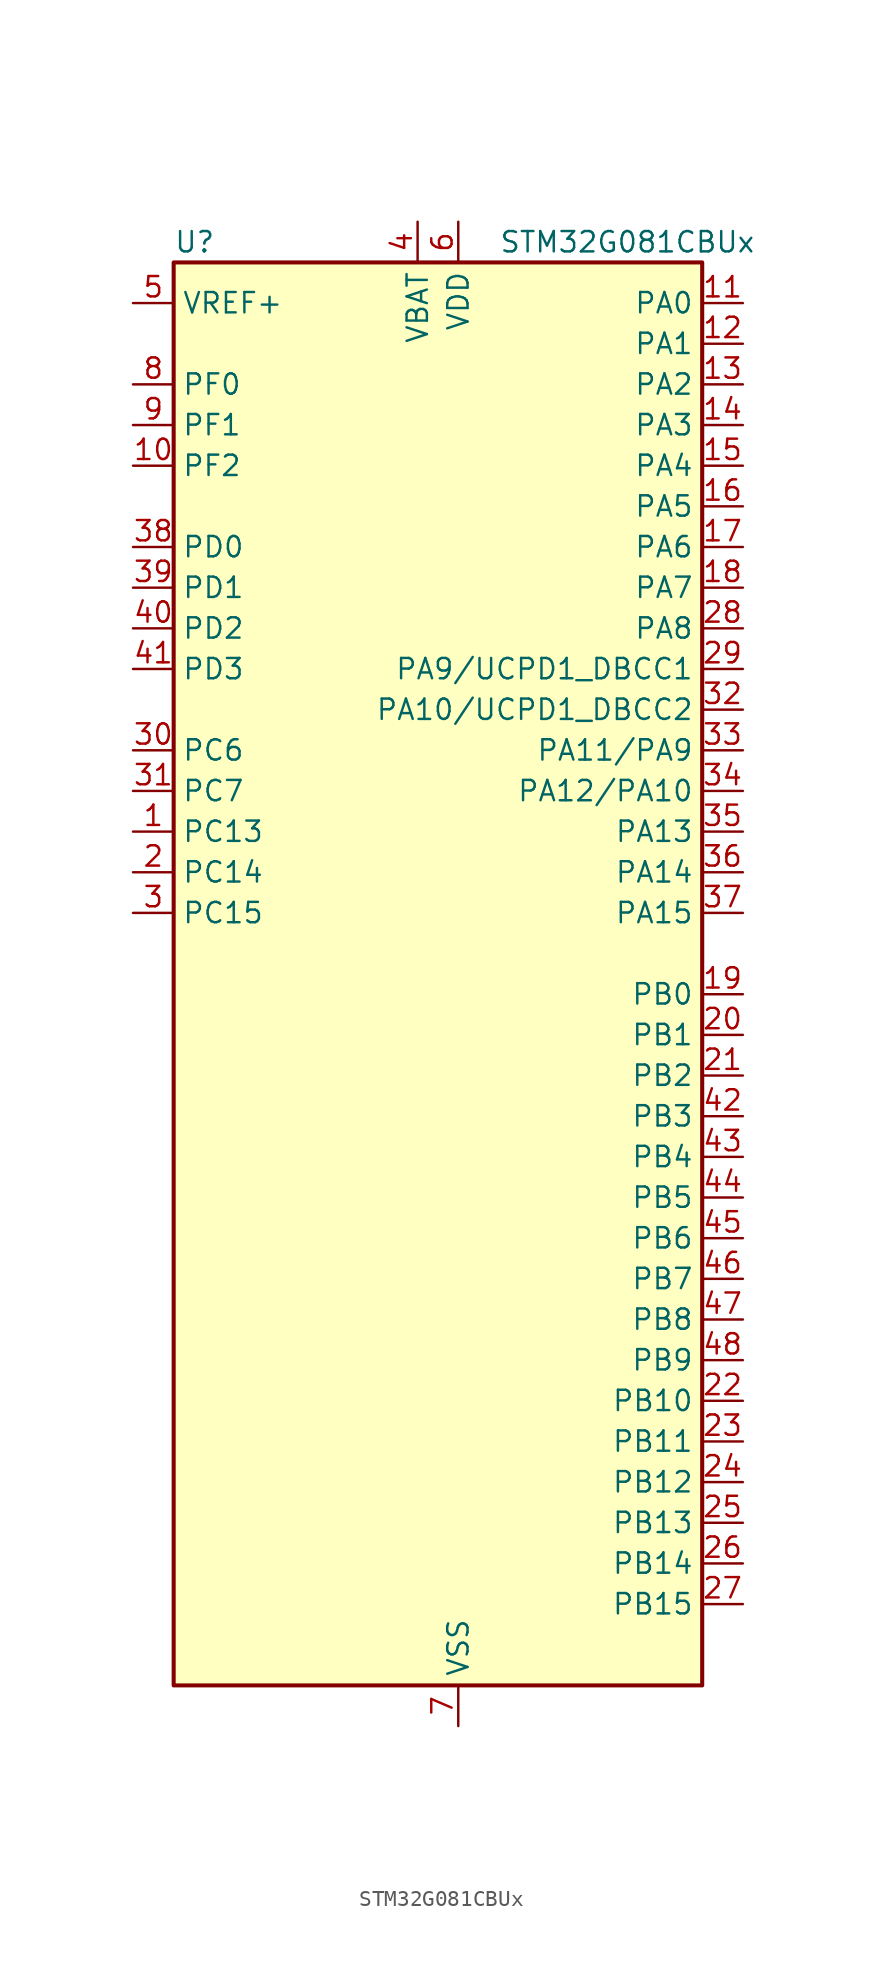
<source format=kicad_sym>
(kicad_symbol_lib
  (version 20231120)
  (generator "kicad_symbol_editor")
  (generator_version "8.0")
  (symbol "STM32G081CBUx"
    (property "Reference" "U"
      (at -15.24 46.99 0)
      (effects (font (size 1.27 1.27)) (justify left)))
    (property "Value" "STM32G081CBUx"
      (at 5.08 46.99 0)
      (effects (font (size 1.27 1.27)) (justify left)))
    (property "ki_locked" ""
      (at 0 0 0)
      (effects (font (size 1.27 1.27))))
    (symbol "STM32G081CBUx_0_1"
      (rectangle (start -15.24 -43.18) (end 17.78 45.72) (stroke (width 0.254) (type default)) (fill (type background))))
    (symbol "STM32G081CBUx_1_1"
      (pin bidirectional line (at -17.78 10.16 0) (length 2.54) (name "PC13" (effects (font (size 1.27 1.27)))) (number "1" (effects (font (size 1.27 1.27)))) (alternate "RTC_OUT_ALARM" bidirectional line) (alternate "RTC_OUT_CALIB" bidirectional line) (alternate "RTC_TAMP_IN1" bidirectional line) (alternate "RTC_TS" bidirectional line) (alternate "SYS_WKUP2" bidirectional line) (alternate "TIM1_BK" bidirectional line))
      (pin bidirectional line (at -17.78 33.02 0) (length 2.54) (name "PF2" (effects (font (size 1.27 1.27)))) (number "10" (effects (font (size 1.27 1.27)))) (alternate "RCC_MCO" bidirectional line))
      (pin bidirectional line (at 20.32 43.18 180) (length 2.54) (name "PA0" (effects (font (size 1.27 1.27)))) (number "11" (effects (font (size 1.27 1.27)))) (alternate "ADC1_IN0" bidirectional line) (alternate "COMP1_INM" bidirectional line) (alternate "COMP1_OUT" bidirectional line) (alternate "LPTIM1_OUT" bidirectional line) (alternate "RTC_TAMP_IN2" bidirectional line) (alternate "SPI2_SCK" bidirectional line) (alternate "SYS_WKUP1" bidirectional line) (alternate "TIM2_CH1" bidirectional line) (alternate "TIM2_ETR" bidirectional line) (alternate "UCPD2_FRSTX1" bidirectional line) (alternate "UCPD2_FRSTX2" bidirectional line) (alternate "USART2_CTS" bidirectional line) (alternate "USART2_NSS" bidirectional line) (alternate "USART4_TX" bidirectional line))
      (pin bidirectional line (at 20.32 40.64 180) (length 2.54) (name "PA1" (effects (font (size 1.27 1.27)))) (number "12" (effects (font (size 1.27 1.27)))) (alternate "ADC1_IN1" bidirectional line) (alternate "COMP1_INP" bidirectional line) (alternate "I2C1_SMBA" bidirectional line) (alternate "I2S1_CK" bidirectional line) (alternate "SPI1_SCK" bidirectional line) (alternate "TIM15_CH1N" bidirectional line) (alternate "TIM2_CH2" bidirectional line) (alternate "USART2_CK" bidirectional line) (alternate "USART2_DE" bidirectional line) (alternate "USART2_RTS" bidirectional line) (alternate "USART4_RX" bidirectional line))
      (pin bidirectional line (at 20.32 38.1 180) (length 2.54) (name "PA2" (effects (font (size 1.27 1.27)))) (number "13" (effects (font (size 1.27 1.27)))) (alternate "ADC1_IN2" bidirectional line) (alternate "COMP2_INM" bidirectional line) (alternate "COMP2_OUT" bidirectional line) (alternate "I2S1_SD" bidirectional line) (alternate "LPUART1_TX" bidirectional line) (alternate "RCC_LSCO" bidirectional line) (alternate "SPI1_MOSI" bidirectional line) (alternate "SYS_WKUP4" bidirectional line) (alternate "TIM15_CH1" bidirectional line) (alternate "TIM2_CH3" bidirectional line) (alternate "UCPD1_FRSTX1" bidirectional line) (alternate "UCPD1_FRSTX2" bidirectional line) (alternate "USART2_TX" bidirectional line))
      (pin bidirectional line (at 20.32 35.56 180) (length 2.54) (name "PA3" (effects (font (size 1.27 1.27)))) (number "14" (effects (font (size 1.27 1.27)))) (alternate "ADC1_IN3" bidirectional line) (alternate "COMP2_INP" bidirectional line) (alternate "LPUART1_RX" bidirectional line) (alternate "SPI2_MISO" bidirectional line) (alternate "TIM15_CH2" bidirectional line) (alternate "TIM2_CH4" bidirectional line) (alternate "UCPD2_FRSTX1" bidirectional line) (alternate "UCPD2_FRSTX2" bidirectional line) (alternate "USART2_RX" bidirectional line))
      (pin bidirectional line (at 20.32 33.02 180) (length 2.54) (name "PA4" (effects (font (size 1.27 1.27)))) (number "15" (effects (font (size 1.27 1.27)))) (alternate "ADC1_IN4" bidirectional line) (alternate "DAC1_OUT1" bidirectional line) (alternate "I2S1_WS" bidirectional line) (alternate "LPTIM2_OUT" bidirectional line) (alternate "RTC_OUT_ALARM" bidirectional line) (alternate "RTC_OUT_CALIB" bidirectional line) (alternate "SPI1_NSS" bidirectional line) (alternate "SPI2_MOSI" bidirectional line) (alternate "TIM14_CH1" bidirectional line) (alternate "UCPD2_FRSTX1" bidirectional line) (alternate "UCPD2_FRSTX2" bidirectional line))
      (pin bidirectional line (at 20.32 30.48 180) (length 2.54) (name "PA5" (effects (font (size 1.27 1.27)))) (number "16" (effects (font (size 1.27 1.27)))) (alternate "ADC1_IN5" bidirectional line) (alternate "CEC" bidirectional line) (alternate "DAC1_OUT2" bidirectional line) (alternate "I2S1_CK" bidirectional line) (alternate "LPTIM2_ETR" bidirectional line) (alternate "SPI1_SCK" bidirectional line) (alternate "TIM2_CH1" bidirectional line) (alternate "TIM2_ETR" bidirectional line) (alternate "UCPD1_FRSTX1" bidirectional line) (alternate "UCPD1_FRSTX2" bidirectional line) (alternate "USART3_TX" bidirectional line))
      (pin bidirectional line (at 20.32 27.94 180) (length 2.54) (name "PA6" (effects (font (size 1.27 1.27)))) (number "17" (effects (font (size 1.27 1.27)))) (alternate "ADC1_IN6" bidirectional line) (alternate "COMP1_OUT" bidirectional line) (alternate "I2S1_MCK" bidirectional line) (alternate "LPUART1_CTS" bidirectional line) (alternate "SPI1_MISO" bidirectional line) (alternate "TIM16_CH1" bidirectional line) (alternate "TIM1_BK" bidirectional line) (alternate "TIM3_CH1" bidirectional line) (alternate "USART3_CTS" bidirectional line) (alternate "USART3_NSS" bidirectional line))
      (pin bidirectional line (at 20.32 25.4 180) (length 2.54) (name "PA7" (effects (font (size 1.27 1.27)))) (number "18" (effects (font (size 1.27 1.27)))) (alternate "ADC1_IN7" bidirectional line) (alternate "COMP2_OUT" bidirectional line) (alternate "I2S1_SD" bidirectional line) (alternate "SPI1_MOSI" bidirectional line) (alternate "TIM14_CH1" bidirectional line) (alternate "TIM17_CH1" bidirectional line) (alternate "TIM1_CH1N" bidirectional line) (alternate "TIM3_CH2" bidirectional line) (alternate "UCPD1_FRSTX1" bidirectional line) (alternate "UCPD1_FRSTX2" bidirectional line))
      (pin bidirectional line (at 20.32 0 180) (length 2.54) (name "PB0" (effects (font (size 1.27 1.27)))) (number "19" (effects (font (size 1.27 1.27)))) (alternate "ADC1_IN8" bidirectional line) (alternate "COMP1_OUT" bidirectional line) (alternate "I2S1_WS" bidirectional line) (alternate "LPTIM1_OUT" bidirectional line) (alternate "SPI1_NSS" bidirectional line) (alternate "TIM1_CH2N" bidirectional line) (alternate "TIM3_CH3" bidirectional line) (alternate "UCPD1_FRSTX1" bidirectional line) (alternate "UCPD1_FRSTX2" bidirectional line) (alternate "USART3_RX" bidirectional line))
      (pin bidirectional line (at -17.78 7.62 0) (length 2.54) (name "PC14" (effects (font (size 1.27 1.27)))) (number "2" (effects (font (size 1.27 1.27)))) (alternate "RCC_OSC32_IN" bidirectional line) (alternate "TIM1_BK2" bidirectional line))
      (pin bidirectional line (at 20.32 -2.54 180) (length 2.54) (name "PB1" (effects (font (size 1.27 1.27)))) (number "20" (effects (font (size 1.27 1.27)))) (alternate "ADC1_IN9" bidirectional line) (alternate "COMP1_INM" bidirectional line) (alternate "LPTIM2_IN1" bidirectional line) (alternate "LPUART1_DE" bidirectional line) (alternate "LPUART1_RTS" bidirectional line) (alternate "TIM14_CH1" bidirectional line) (alternate "TIM1_CH3N" bidirectional line) (alternate "TIM3_CH4" bidirectional line) (alternate "USART3_CK" bidirectional line) (alternate "USART3_DE" bidirectional line) (alternate "USART3_RTS" bidirectional line))
      (pin bidirectional line (at 20.32 -5.08 180) (length 2.54) (name "PB2" (effects (font (size 1.27 1.27)))) (number "21" (effects (font (size 1.27 1.27)))) (alternate "ADC1_IN10" bidirectional line) (alternate "COMP1_INP" bidirectional line) (alternate "LPTIM1_OUT" bidirectional line) (alternate "SPI2_MISO" bidirectional line) (alternate "USART3_TX" bidirectional line))
      (pin bidirectional line (at 20.32 -25.4 180) (length 2.54) (name "PB10" (effects (font (size 1.27 1.27)))) (number "22" (effects (font (size 1.27 1.27)))) (alternate "ADC1_IN11" bidirectional line) (alternate "CEC" bidirectional line) (alternate "COMP1_OUT" bidirectional line) (alternate "I2C2_SCL" bidirectional line) (alternate "LPUART1_RX" bidirectional line) (alternate "SPI2_SCK" bidirectional line) (alternate "TIM2_CH3" bidirectional line) (alternate "USART3_TX" bidirectional line))
      (pin bidirectional line (at 20.32 -27.94 180) (length 2.54) (name "PB11" (effects (font (size 1.27 1.27)))) (number "23" (effects (font (size 1.27 1.27)))) (alternate "ADC1_EXTI11" bidirectional line) (alternate "ADC1_IN15" bidirectional line) (alternate "COMP2_OUT" bidirectional line) (alternate "I2C2_SDA" bidirectional line) (alternate "LPUART1_TX" bidirectional line) (alternate "SPI2_MOSI" bidirectional line) (alternate "TIM2_CH4" bidirectional line) (alternate "USART3_RX" bidirectional line))
      (pin bidirectional line (at 20.32 -30.48 180) (length 2.54) (name "PB12" (effects (font (size 1.27 1.27)))) (number "24" (effects (font (size 1.27 1.27)))) (alternate "ADC1_IN16" bidirectional line) (alternate "LPUART1_DE" bidirectional line) (alternate "LPUART1_RTS" bidirectional line) (alternate "SPI2_NSS" bidirectional line) (alternate "TIM15_BK" bidirectional line) (alternate "TIM1_BK" bidirectional line) (alternate "UCPD2_FRSTX1" bidirectional line) (alternate "UCPD2_FRSTX2" bidirectional line))
      (pin bidirectional line (at 20.32 -33.02 180) (length 2.54) (name "PB13" (effects (font (size 1.27 1.27)))) (number "25" (effects (font (size 1.27 1.27)))) (alternate "I2C2_SCL" bidirectional line) (alternate "LPUART1_CTS" bidirectional line) (alternate "SPI2_SCK" bidirectional line) (alternate "TIM15_CH1N" bidirectional line) (alternate "TIM1_CH1N" bidirectional line) (alternate "USART3_CTS" bidirectional line) (alternate "USART3_NSS" bidirectional line))
      (pin bidirectional line (at 20.32 -35.56 180) (length 2.54) (name "PB14" (effects (font (size 1.27 1.27)))) (number "26" (effects (font (size 1.27 1.27)))) (alternate "I2C2_SDA" bidirectional line) (alternate "SPI2_MISO" bidirectional line) (alternate "TIM15_CH1" bidirectional line) (alternate "TIM1_CH2N" bidirectional line) (alternate "UCPD1_FRSTX1" bidirectional line) (alternate "UCPD1_FRSTX2" bidirectional line) (alternate "USART3_CK" bidirectional line) (alternate "USART3_DE" bidirectional line) (alternate "USART3_RTS" bidirectional line))
      (pin bidirectional line (at 20.32 -38.1 180) (length 2.54) (name "PB15" (effects (font (size 1.27 1.27)))) (number "27" (effects (font (size 1.27 1.27)))) (alternate "RTC_REFIN" bidirectional line) (alternate "SPI2_MOSI" bidirectional line) (alternate "TIM15_CH1N" bidirectional line) (alternate "TIM15_CH2" bidirectional line) (alternate "TIM1_CH3N" bidirectional line) (alternate "UCPD1_CC2" bidirectional line))
      (pin bidirectional line (at 20.32 22.86 180) (length 2.54) (name "PA8" (effects (font (size 1.27 1.27)))) (number "28" (effects (font (size 1.27 1.27)))) (alternate "LPTIM2_OUT" bidirectional line) (alternate "RCC_MCO" bidirectional line) (alternate "SPI2_NSS" bidirectional line) (alternate "TIM1_CH1" bidirectional line) (alternate "UCPD1_CC1" bidirectional line))
      (pin bidirectional line (at 20.32 20.32 180) (length 2.54) (name "PA9/UCPD1_DBCC1" (effects (font (size 1.27 1.27)))) (number "29" (effects (font (size 1.27 1.27)))) (alternate "DAC1_EXTI9" bidirectional line) (alternate "I2C1_SCL" bidirectional line) (alternate "RCC_MCO" bidirectional line) (alternate "SPI2_MISO" bidirectional line) (alternate "TIM15_BK" bidirectional line) (alternate "TIM1_CH2" bidirectional line) (alternate "UCPD1_DBCC1" bidirectional line) (alternate "USART1_TX" bidirectional line))
      (pin bidirectional line (at -17.78 5.08 0) (length 2.54) (name "PC15" (effects (font (size 1.27 1.27)))) (number "3" (effects (font (size 1.27 1.27)))) (alternate "RCC_OSC32_EN" bidirectional line) (alternate "RCC_OSC32_OUT" bidirectional line) (alternate "RCC_OSC_EN" bidirectional line) (alternate "TIM15_BK" bidirectional line))
      (pin bidirectional line (at -17.78 15.24 0) (length 2.54) (name "PC6" (effects (font (size 1.27 1.27)))) (number "30" (effects (font (size 1.27 1.27)))) (alternate "TIM2_CH3" bidirectional line) (alternate "TIM3_CH1" bidirectional line) (alternate "UCPD1_FRSTX1" bidirectional line) (alternate "UCPD1_FRSTX2" bidirectional line))
      (pin bidirectional line (at -17.78 12.7 0) (length 2.54) (name "PC7" (effects (font (size 1.27 1.27)))) (number "31" (effects (font (size 1.27 1.27)))) (alternate "TIM2_CH4" bidirectional line) (alternate "TIM3_CH2" bidirectional line) (alternate "UCPD2_FRSTX1" bidirectional line) (alternate "UCPD2_FRSTX2" bidirectional line))
      (pin bidirectional line (at 20.32 17.78 180) (length 2.54) (name "PA10/UCPD1_DBCC2" (effects (font (size 1.27 1.27)))) (number "32" (effects (font (size 1.27 1.27)))) (alternate "I2C1_SDA" bidirectional line) (alternate "SPI2_MOSI" bidirectional line) (alternate "TIM17_BK" bidirectional line) (alternate "TIM1_CH3" bidirectional line) (alternate "UCPD1_DBCC2" bidirectional line) (alternate "USART1_RX" bidirectional line))
      (pin bidirectional line (at 20.32 15.24 180) (length 2.54) (name "PA11/PA9" (effects (font (size 1.27 1.27)))) (number "33" (effects (font (size 1.27 1.27)))) (alternate "ADC1_EXTI11" bidirectional line) (alternate "COMP1_OUT" bidirectional line) (alternate "I2C2_SCL" bidirectional line) (alternate "I2S1_MCK" bidirectional line) (alternate "SPI1_MISO" bidirectional line) (alternate "TIM1_BK2" bidirectional line) (alternate "TIM1_CH4" bidirectional line) (alternate "USART1_CTS" bidirectional line) (alternate "USART1_NSS" bidirectional line))
      (pin bidirectional line (at 20.32 12.7 180) (length 2.54) (name "PA12/PA10" (effects (font (size 1.27 1.27)))) (number "34" (effects (font (size 1.27 1.27)))) (alternate "COMP2_OUT" bidirectional line) (alternate "I2C2_SDA" bidirectional line) (alternate "I2S1_SD" bidirectional line) (alternate "I2S_CKIN" bidirectional line) (alternate "SPI1_MOSI" bidirectional line) (alternate "TIM1_ETR" bidirectional line) (alternate "USART1_CK" bidirectional line) (alternate "USART1_DE" bidirectional line) (alternate "USART1_RTS" bidirectional line))
      (pin bidirectional line (at 20.32 10.16 180) (length 2.54) (name "PA13" (effects (font (size 1.27 1.27)))) (number "35" (effects (font (size 1.27 1.27)))) (alternate "IR_OUT" bidirectional line) (alternate "SYS_SWDIO" bidirectional line))
      (pin bidirectional line (at 20.32 7.62 180) (length 2.54) (name "PA14" (effects (font (size 1.27 1.27)))) (number "36" (effects (font (size 1.27 1.27)))) (alternate "SYS_SWCLK" bidirectional line) (alternate "USART2_TX" bidirectional line))
      (pin bidirectional line (at 20.32 5.08 180) (length 2.54) (name "PA15" (effects (font (size 1.27 1.27)))) (number "37" (effects (font (size 1.27 1.27)))) (alternate "I2S1_WS" bidirectional line) (alternate "SPI1_NSS" bidirectional line) (alternate "TIM2_CH1" bidirectional line) (alternate "TIM2_ETR" bidirectional line) (alternate "USART2_RX" bidirectional line) (alternate "USART3_CK" bidirectional line) (alternate "USART3_DE" bidirectional line) (alternate "USART3_RTS" bidirectional line) (alternate "USART4_CK" bidirectional line) (alternate "USART4_DE" bidirectional line) (alternate "USART4_RTS" bidirectional line))
      (pin bidirectional line (at -17.78 27.94 0) (length 2.54) (name "PD0" (effects (font (size 1.27 1.27)))) (number "38" (effects (font (size 1.27 1.27)))) (alternate "SPI2_NSS" bidirectional line) (alternate "TIM16_CH1" bidirectional line) (alternate "UCPD2_CC1" bidirectional line))
      (pin bidirectional line (at -17.78 25.4 0) (length 2.54) (name "PD1" (effects (font (size 1.27 1.27)))) (number "39" (effects (font (size 1.27 1.27)))) (alternate "SPI2_SCK" bidirectional line) (alternate "TIM17_CH1" bidirectional line) (alternate "UCPD2_DBCC1" bidirectional line))
      (pin power_in line (at 0 48.26 270) (length 2.54) (name "VBAT" (effects (font (size 1.27 1.27)))) (number "4" (effects (font (size 1.27 1.27)))))
      (pin bidirectional line (at -17.78 22.86 0) (length 2.54) (name "PD2" (effects (font (size 1.27 1.27)))) (number "40" (effects (font (size 1.27 1.27)))) (alternate "TIM1_CH1N" bidirectional line) (alternate "TIM3_ETR" bidirectional line) (alternate "UCPD2_CC2" bidirectional line) (alternate "USART3_CK" bidirectional line) (alternate "USART3_DE" bidirectional line) (alternate "USART3_RTS" bidirectional line))
      (pin bidirectional line (at -17.78 20.32 0) (length 2.54) (name "PD3" (effects (font (size 1.27 1.27)))) (number "41" (effects (font (size 1.27 1.27)))) (alternate "SPI2_MISO" bidirectional line) (alternate "TIM1_CH2N" bidirectional line) (alternate "UCPD2_DBCC2" bidirectional line) (alternate "USART2_CTS" bidirectional line) (alternate "USART2_NSS" bidirectional line))
      (pin bidirectional line (at 20.32 -7.62 180) (length 2.54) (name "PB3" (effects (font (size 1.27 1.27)))) (number "42" (effects (font (size 1.27 1.27)))) (alternate "COMP2_INM" bidirectional line) (alternate "I2S1_CK" bidirectional line) (alternate "SPI1_SCK" bidirectional line) (alternate "TIM1_CH2" bidirectional line) (alternate "TIM2_CH2" bidirectional line) (alternate "USART1_CK" bidirectional line) (alternate "USART1_DE" bidirectional line) (alternate "USART1_RTS" bidirectional line))
      (pin bidirectional line (at 20.32 -10.16 180) (length 2.54) (name "PB4" (effects (font (size 1.27 1.27)))) (number "43" (effects (font (size 1.27 1.27)))) (alternate "COMP2_INP" bidirectional line) (alternate "I2S1_MCK" bidirectional line) (alternate "SPI1_MISO" bidirectional line) (alternate "TIM17_BK" bidirectional line) (alternate "TIM3_CH1" bidirectional line) (alternate "USART1_CTS" bidirectional line) (alternate "USART1_NSS" bidirectional line))
      (pin bidirectional line (at 20.32 -12.7 180) (length 2.54) (name "PB5" (effects (font (size 1.27 1.27)))) (number "44" (effects (font (size 1.27 1.27)))) (alternate "COMP2_OUT" bidirectional line) (alternate "I2C1_SMBA" bidirectional line) (alternate "I2S1_SD" bidirectional line) (alternate "LPTIM1_IN1" bidirectional line) (alternate "SPI1_MOSI" bidirectional line) (alternate "SYS_WKUP6" bidirectional line) (alternate "TIM16_BK" bidirectional line) (alternate "TIM3_CH2" bidirectional line))
      (pin bidirectional line (at 20.32 -15.24 180) (length 2.54) (name "PB6" (effects (font (size 1.27 1.27)))) (number "45" (effects (font (size 1.27 1.27)))) (alternate "COMP2_INP" bidirectional line) (alternate "I2C1_SCL" bidirectional line) (alternate "LPTIM1_ETR" bidirectional line) (alternate "SPI2_MISO" bidirectional line) (alternate "TIM16_CH1N" bidirectional line) (alternate "TIM1_CH3" bidirectional line) (alternate "USART1_TX" bidirectional line))
      (pin bidirectional line (at 20.32 -17.78 180) (length 2.54) (name "PB7" (effects (font (size 1.27 1.27)))) (number "46" (effects (font (size 1.27 1.27)))) (alternate "COMP2_INM" bidirectional line) (alternate "I2C1_SDA" bidirectional line) (alternate "LPTIM1_IN2" bidirectional line) (alternate "SPI2_MOSI" bidirectional line) (alternate "SYS_PVD_IN" bidirectional line) (alternate "TIM17_CH1N" bidirectional line) (alternate "USART1_RX" bidirectional line) (alternate "USART4_CTS" bidirectional line) (alternate "USART4_NSS" bidirectional line))
      (pin bidirectional line (at 20.32 -20.32 180) (length 2.54) (name "PB8" (effects (font (size 1.27 1.27)))) (number "47" (effects (font (size 1.27 1.27)))) (alternate "CEC" bidirectional line) (alternate "I2C1_SCL" bidirectional line) (alternate "SPI2_SCK" bidirectional line) (alternate "TIM15_BK" bidirectional line) (alternate "TIM16_CH1" bidirectional line) (alternate "USART3_TX" bidirectional line))
      (pin bidirectional line (at 20.32 -22.86 180) (length 2.54) (name "PB9" (effects (font (size 1.27 1.27)))) (number "48" (effects (font (size 1.27 1.27)))) (alternate "DAC1_EXTI9" bidirectional line) (alternate "I2C1_SDA" bidirectional line) (alternate "IR_OUT" bidirectional line) (alternate "SPI2_NSS" bidirectional line) (alternate "TIM17_CH1" bidirectional line) (alternate "UCPD2_FRSTX1" bidirectional line) (alternate "UCPD2_FRSTX2" bidirectional line) (alternate "USART3_RX" bidirectional line))
      (pin passive line (at 2.54 -45.72 90) (length 2.54) hide (name "VSS" (effects (font (size 1.27 1.27)))) (number "49" (effects (font (size 1.27 1.27)))))
      (pin input line (at -17.78 43.18 0) (length 2.54) (name "VREF+" (effects (font (size 1.27 1.27)))) (number "5" (effects (font (size 1.27 1.27)))) (alternate "VREFBUF_OUT" bidirectional line))
      (pin power_in line (at 2.54 48.26 270) (length 2.54) (name "VDD" (effects (font (size 1.27 1.27)))) (number "6" (effects (font (size 1.27 1.27)))))
      (pin power_in line (at 2.54 -45.72 90) (length 2.54) (name "VSS" (effects (font (size 1.27 1.27)))) (number "7" (effects (font (size 1.27 1.27)))))
      (pin bidirectional line (at -17.78 38.1 0) (length 2.54) (name "PF0" (effects (font (size 1.27 1.27)))) (number "8" (effects (font (size 1.27 1.27)))) (alternate "RCC_OSC_IN" bidirectional line) (alternate "TIM14_CH1" bidirectional line))
      (pin bidirectional line (at -17.78 35.56 0) (length 2.54) (name "PF1" (effects (font (size 1.27 1.27)))) (number "9" (effects (font (size 1.27 1.27)))) (alternate "RCC_OSC_EN" bidirectional line) (alternate "RCC_OSC_OUT" bidirectional line) (alternate "TIM15_CH1N" bidirectional line)))))
</source>
